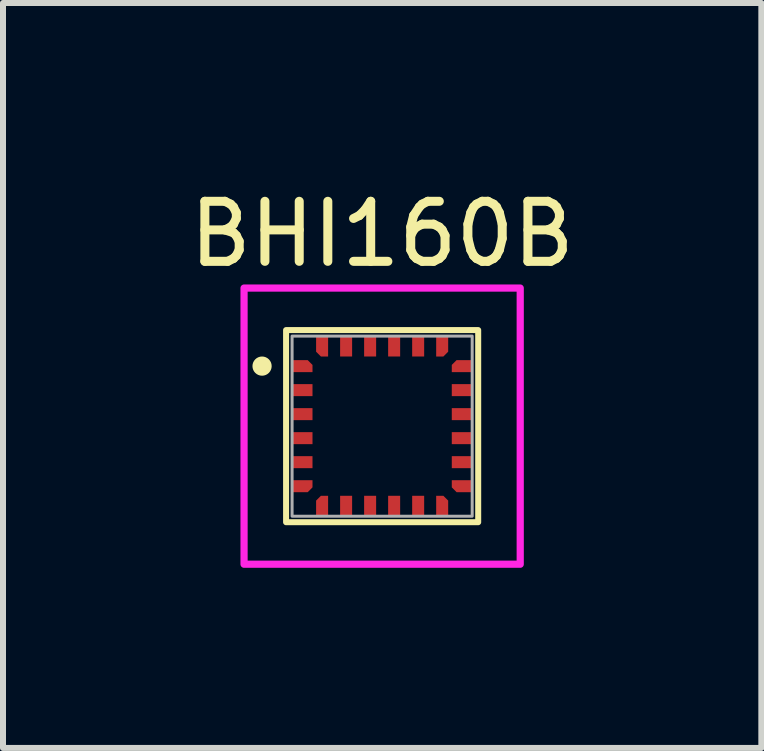
<source format=kicad_pcb>
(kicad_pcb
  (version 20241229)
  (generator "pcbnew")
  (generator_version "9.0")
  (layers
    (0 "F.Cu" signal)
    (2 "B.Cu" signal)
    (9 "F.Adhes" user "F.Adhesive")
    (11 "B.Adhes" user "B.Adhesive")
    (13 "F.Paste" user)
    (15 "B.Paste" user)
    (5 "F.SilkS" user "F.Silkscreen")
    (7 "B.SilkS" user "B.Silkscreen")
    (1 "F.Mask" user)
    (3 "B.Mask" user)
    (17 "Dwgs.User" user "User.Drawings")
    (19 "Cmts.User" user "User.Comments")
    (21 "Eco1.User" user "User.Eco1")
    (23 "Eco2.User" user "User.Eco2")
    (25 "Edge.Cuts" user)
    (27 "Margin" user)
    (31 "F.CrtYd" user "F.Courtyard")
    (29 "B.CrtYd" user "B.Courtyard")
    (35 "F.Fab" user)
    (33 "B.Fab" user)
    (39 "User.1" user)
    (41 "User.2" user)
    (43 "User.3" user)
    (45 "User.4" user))
  (footprint "BHI160B"
    (layer "F.Cu")
    (at 3.315 4.048)
    (property "Reference" "BHI160B" (at 0 -3.2 0) (layer "F.SilkS") (effects (font (size 1 1) (thickness 0.15))))
    (attr smd)
    (fp_rect (start -1.6 -1.6) (end 1.6 1.6) (stroke (width 0.1) (type solid)) (fill no) (layer "F.SilkS"))
    (fp_circle (center -2 -1) (end -1.9 -1) (stroke (width 0.12) (type solid)) (fill yes) (layer "F.SilkS"))
    (fp_rect (start -2.3 -2.3) (end 2.3 2.3) (stroke (width 0.12) (type solid)) (fill no) (layer "F.CrtYd"))
    (fp_rect (start -1.5 -1.5) (end 1.5 1.5) (stroke (width 0.05) (type solid)) (fill no) (layer "F.Fab"))
    (pad "1" smd roundrect (at -1.335 -1) (size 0.35 0.2) (layers "F.Cu" "F.Mask" "F.Paste") (roundrect_rratio 0) (chamfer_ratio 0.4) (chamfer top_right))
    (pad "2" smd rect (at -1.335 -0.6) (size 0.35 0.2) (layers "F.Cu" "F.Mask" "F.Paste"))
    (pad "3" smd rect (at -1.335 -0.2) (size 0.35 0.2) (layers "F.Cu" "F.Mask" "F.Paste"))
    (pad "4" smd rect (at -1.335 0.2) (size 0.35 0.2) (layers "F.Cu" "F.Mask" "F.Paste"))
    (pad "5" smd rect (at -1.335 0.6) (size 0.35 0.2) (layers "F.Cu" "F.Mask" "F.Paste"))
    (pad "6" smd roundrect (at -1.335 1) (size 0.35 0.2) (layers "F.Cu" "F.Mask" "F.Paste") (roundrect_rratio 0) (chamfer_ratio 0.4) (chamfer bottom_right))
    (pad "7" smd roundrect (at -1 1.335) (size 0.2 0.35) (layers "F.Cu" "F.Mask" "F.Paste") (roundrect_rratio 0) (chamfer_ratio 0.4) (chamfer top_left))
    (pad "8" smd rect (at -0.6 1.335) (size 0.2 0.35) (layers "F.Cu" "F.Mask" "F.Paste"))
    (pad "9" smd rect (at -0.2 1.335) (size 0.2 0.35) (layers "F.Cu" "F.Mask" "F.Paste"))
    (pad "10" smd rect (at 0.2 1.335) (size 0.2 0.35) (layers "F.Cu" "F.Mask" "F.Paste"))
    (pad "11" smd rect (at 0.6 1.335) (size 0.2 0.35) (layers "F.Cu" "F.Mask" "F.Paste"))
    (pad "12" smd roundrect (at 1 1.335) (size 0.2 0.35) (layers "F.Cu" "F.Mask" "F.Paste") (roundrect_rratio 0) (chamfer_ratio 0.4) (chamfer top_right))
    (pad "13" smd roundrect (at 1.335 1) (size 0.35 0.2) (layers "F.Cu" "F.Mask" "F.Paste") (roundrect_rratio 0) (chamfer_ratio 0.4) (chamfer bottom_left))
    (pad "14" smd rect (at 1.335 0.6) (size 0.35 0.2) (layers "F.Cu" "F.Mask" "F.Paste"))
    (pad "15" smd rect (at 1.335 0.2) (size 0.35 0.2) (layers "F.Cu" "F.Mask" "F.Paste"))
    (pad "16" smd rect (at 1.335 -0.2) (size 0.35 0.2) (layers "F.Cu" "F.Mask" "F.Paste"))
    (pad "17" smd rect (at 1.335 -0.6) (size 0.35 0.2) (layers "F.Cu" "F.Mask" "F.Paste"))
    (pad "18" smd roundrect (at 1.335 -1) (size 0.35 0.2) (layers "F.Cu" "F.Mask" "F.Paste") (roundrect_rratio 0) (chamfer_ratio 0.4) (chamfer top_left))
    (pad "19" smd roundrect (at 1 -1.335) (size 0.2 0.35) (layers "F.Cu" "F.Mask" "F.Paste") (roundrect_rratio 0) (chamfer_ratio 0.4) (chamfer bottom_right))
    (pad "20" smd rect (at 0.6 -1.335) (size 0.2 0.35) (layers "F.Cu" "F.Mask" "F.Paste"))
    (pad "21" smd rect (at 0.2 -1.335) (size 0.2 0.35) (layers "F.Cu" "F.Mask" "F.Paste"))
    (pad "22" smd rect (at -0.2 -1.335) (size 0.2 0.35) (layers "F.Cu" "F.Mask" "F.Paste"))
    (pad "23" smd rect (at -0.6 -1.335) (size 0.2 0.35) (layers "F.Cu" "F.Mask" "F.Paste"))
    (pad "24" smd roundrect (at -1 -1.335) (size 0.2 0.35) (layers "F.Cu" "F.Mask" "F.Paste") (roundrect_rratio 0) (chamfer_ratio 0.4) (chamfer bottom_left)))
  (gr_rect
    (start -3 -3)
    (end 9.631 9.408)
    (stroke (width 0.1) (type default))
    (fill no)
    (layer "Edge.Cuts")))
</source>
